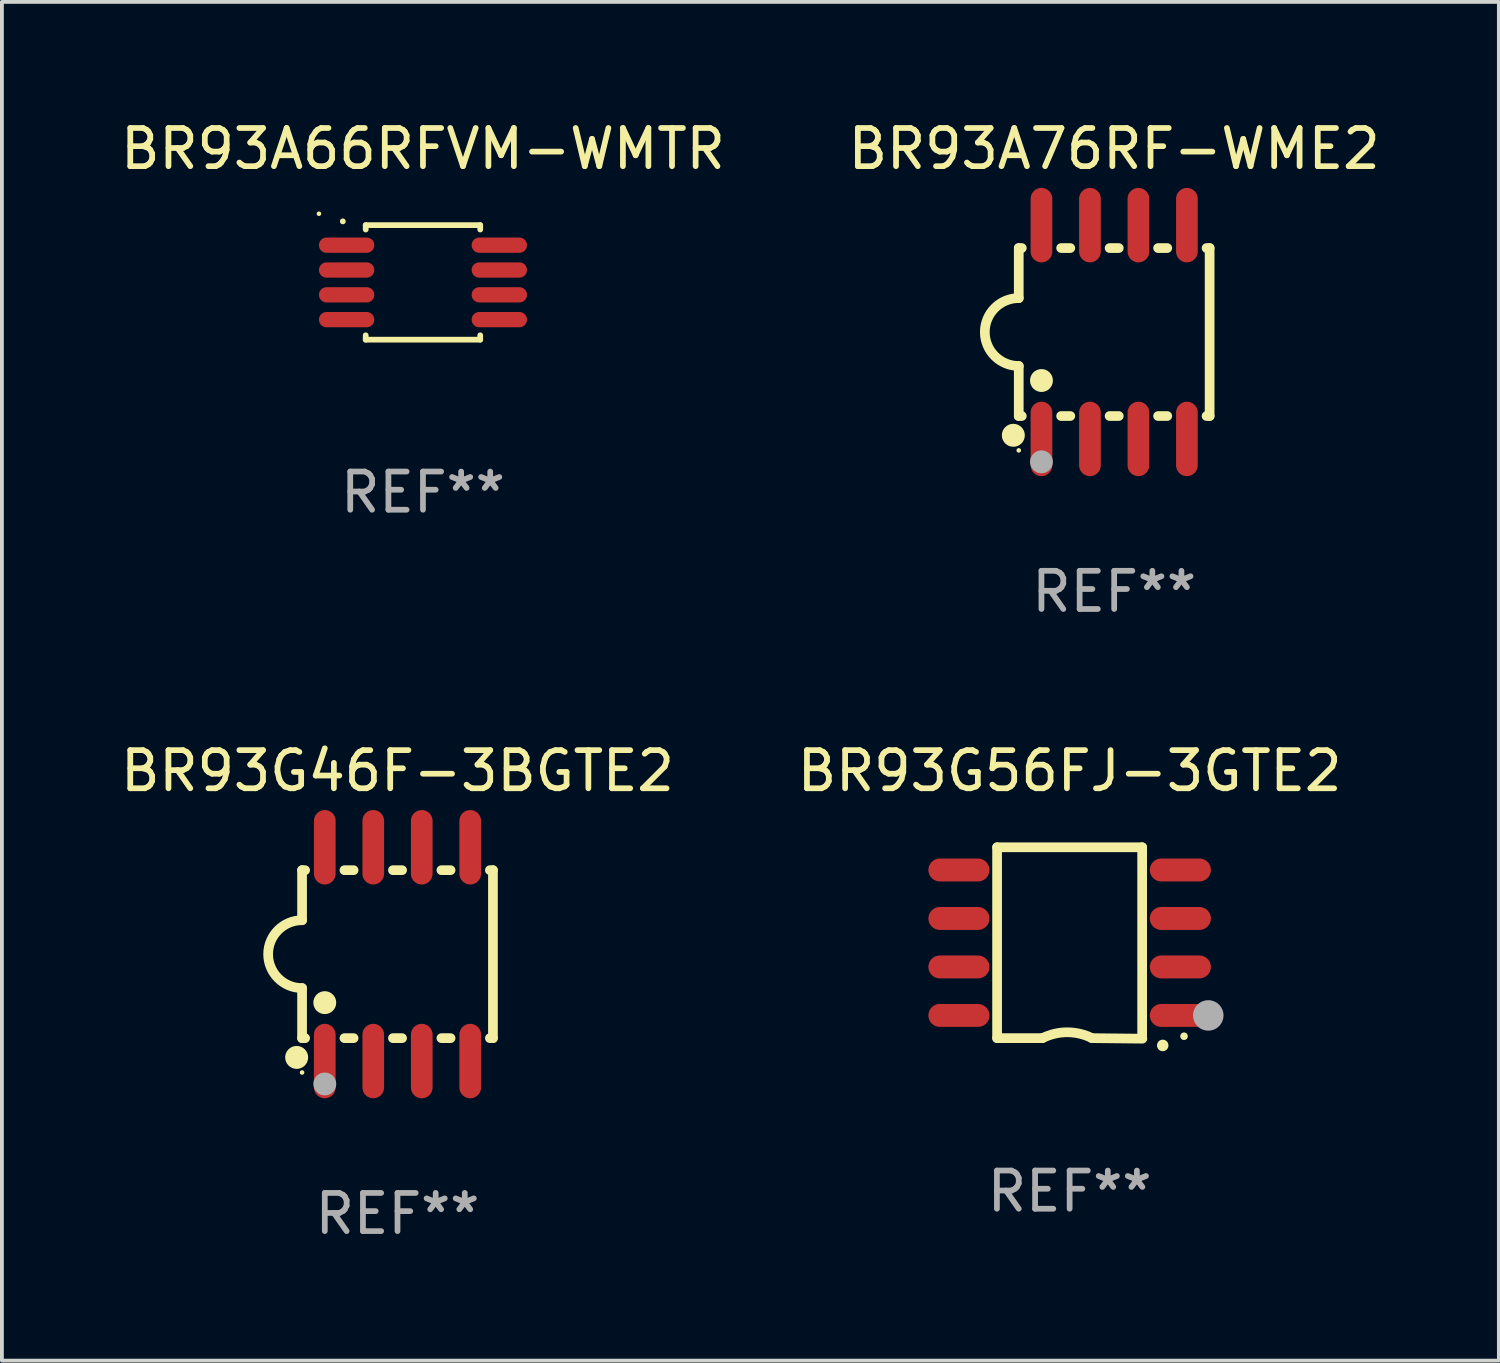
<source format=kicad_pcb>
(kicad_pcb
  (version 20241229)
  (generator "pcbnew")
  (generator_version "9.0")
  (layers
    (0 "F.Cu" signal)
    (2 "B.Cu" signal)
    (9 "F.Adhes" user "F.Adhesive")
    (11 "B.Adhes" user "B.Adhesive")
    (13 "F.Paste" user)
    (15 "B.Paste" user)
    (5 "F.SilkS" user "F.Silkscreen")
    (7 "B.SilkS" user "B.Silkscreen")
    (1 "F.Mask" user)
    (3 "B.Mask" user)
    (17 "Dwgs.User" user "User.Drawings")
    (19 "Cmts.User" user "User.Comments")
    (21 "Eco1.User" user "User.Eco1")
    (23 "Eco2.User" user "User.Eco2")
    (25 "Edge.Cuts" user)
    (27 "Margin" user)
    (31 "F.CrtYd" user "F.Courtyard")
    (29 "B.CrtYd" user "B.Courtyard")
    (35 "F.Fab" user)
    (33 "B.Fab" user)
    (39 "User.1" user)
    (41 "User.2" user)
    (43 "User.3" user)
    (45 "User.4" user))
  (footprint "BR93G46F-3BGTE2"
    (layer "F.Cu")
    (at 7.363 21.945)
    (property "Reference" "BR93G46F-3BGTE2" (at 0 -4.8 0) (layer "F.SilkS") (effects (font (size 1 1) (thickness 0.15))))
    (attr through_hole)
    (fp_line (start -2.5 -2.2) (end -2.5 -0.889) (stroke (width 0.254) (type solid)) (layer "F.SilkS"))
    (fp_line (start -2.5 2.2) (end -2.5 0.889) (stroke (width 0.254) (type solid)) (layer "F.SilkS"))
    (fp_line (start -2.42 -2.2) (end -2.5 -2.2) (stroke (width 0.254) (type solid)) (layer "F.SilkS"))
    (fp_line (start -2.42 2.2) (end -2.5 2.2) (stroke (width 0.254) (type solid)) (layer "F.SilkS"))
    (fp_line (start -1.15 -2.2) (end -1.39 -2.2) (stroke (width 0.254) (type solid)) (layer "F.SilkS"))
    (fp_line (start -1.15 2.2) (end -1.39 2.2) (stroke (width 0.254) (type solid)) (layer "F.SilkS"))
    (fp_line (start 0.12 -2.2) (end -0.12 -2.2) (stroke (width 0.254) (type solid)) (layer "F.SilkS"))
    (fp_line (start 0.12 2.2) (end -0.12 2.2) (stroke (width 0.254) (type solid)) (layer "F.SilkS"))
    (fp_line (start 1.39 -2.2) (end 1.15 -2.2) (stroke (width 0.254) (type solid)) (layer "F.SilkS"))
    (fp_line (start 1.39 2.2) (end 1.15 2.2) (stroke (width 0.254) (type solid)) (layer "F.SilkS"))
    (fp_line (start 2.5 -2.2) (end 2.42 -2.2) (stroke (width 0.254) (type solid)) (layer "F.SilkS"))
    (fp_line (start 2.5 -2.2) (end 2.5 2.2) (stroke (width 0.254) (type solid)) (layer "F.SilkS"))
    (fp_line (start 2.5 2.2) (end 2.42 2.2) (stroke (width 0.254) (type solid)) (layer "F.SilkS"))
    (fp_arc (start -2.5 0.889002) (mid -3.388367 -0.000318) (end -2.499365 -0.889002) (stroke (width 0.254001) (type solid)) (layer "F.SilkS"))
    (fp_circle (center -2.642 2.705) (end -2.491 2.705) (stroke (width 0.3) (type solid)) (fill no) (layer "F.SilkS"))
    (fp_circle (center -2.5 3.1) (end -2.47 3.1) (stroke (width 0.06) (type solid)) (fill no) (layer "F.SilkS"))
    (fp_circle (center -1.905 1.27) (end -1.755 1.27) (stroke (width 0.3) (type solid)) (fill no) (layer "F.SilkS"))
    (fp_circle (center -1.905 3.4) (end -1.755 3.4) (stroke (width 0.3) (type solid)) (fill no) (layer "F.Fab"))
    (fp_text user "REF**" (at 0 6.8 0) (layer "F.Fab") (effects (font (size 1 1) (thickness 0.15))))
    (pad "1" smd oval (at -1.905 2.8) (size 0.568 1.95) (layers "F.Cu" "F.Mask" "F.Paste"))
    (pad "2" smd oval (at -0.635 2.8) (size 0.568 1.95) (layers "F.Cu" "F.Mask" "F.Paste"))
    (pad "3" smd oval (at 0.635 2.8) (size 0.568 1.95) (layers "F.Cu" "F.Mask" "F.Paste"))
    (pad "4" smd oval (at 1.905 2.8) (size 0.568 1.95) (layers "F.Cu" "F.Mask" "F.Paste"))
    (pad "5" smd oval (at 1.905 -2.8) (size 0.568 1.95) (layers "F.Cu" "F.Mask" "F.Paste"))
    (pad "6" smd oval (at 0.635 -2.8) (size 0.568 1.95) (layers "F.Cu" "F.Mask" "F.Paste"))
    (pad "7" smd oval (at -0.635 -2.8) (size 0.568 1.95) (layers "F.Cu" "F.Mask" "F.Paste"))
    (pad "8" smd oval (at -1.905 -2.8) (size 0.568 1.95) (layers "F.Cu" "F.Mask" "F.Paste")))
  (footprint "BR93G56FJ-3GTE2"
    (layer "F.Cu")
    (at 24.97 21.652)
    (property "Reference" "BR93G56FJ-3GTE2" (at 0 -4.507 0) (layer "F.SilkS") (effects (font (size 1 1) (thickness 0.15))))
    (attr through_hole)
    (fp_line (start -1.9 -2.507) (end -1.9 2.493) (stroke (width 0.254) (type solid)) (layer "F.SilkS"))
    (fp_line (start -1.9 2.493) (end -0.711 2.493) (stroke (width 0.254) (type solid)) (layer "F.SilkS"))
    (fp_line (start 1.9 -2.507) (end -1.9 -2.507) (stroke (width 0.254) (type solid)) (layer "F.SilkS"))
    (fp_line (start 1.9 -2.507) (end 1.9 2.493) (stroke (width 0.254) (type solid)) (layer "F.SilkS"))
    (fp_line (start 1.905 2.507) (end 0.584 2.493) (stroke (width 0.254) (type solid)) (layer "F.SilkS"))
    (fp_arc (start -0.711074 2.492697) (mid -0.063447 2.339378) (end 0.584329 2.492063) (stroke (width 0.254001) (type solid)) (layer "F.SilkS"))
    (fp_arc (start 2.438532 2.685103) (mid 2.438527 2.683833) (end 2.438532 2.682563) (stroke (width 0.3) (type solid)) (layer "F.SilkS"))
    (fp_circle (center 2.997 2.443) (end 3.047 2.443) (stroke (width 0.1) (type solid)) (fill no) (layer "F.SilkS"))
    (fp_circle (center 3.632 1.898) (end 3.832 1.898) (stroke (width 0.4) (type solid)) (fill no) (layer "F.Fab"))
    (fp_text user "REF**" (at 0 6.507 0) (layer "F.Fab") (effects (font (size 1 1) (thickness 0.15))))
    (pad "1" smd oval (at 2.9 1.898 270) (size 0.6 1.6) (layers "F.Cu" "F.Mask" "F.Paste"))
    (pad "2" smd oval (at 2.9 0.628 270) (size 0.6 1.6) (layers "F.Cu" "F.Mask" "F.Paste"))
    (pad "3" smd oval (at 2.9 -0.642 270) (size 0.6 1.6) (layers "F.Cu" "F.Mask" "F.Paste"))
    (pad "4" smd oval (at 2.9 -1.912 270) (size 0.6 1.6) (layers "F.Cu" "F.Mask" "F.Paste"))
    (pad "5" smd oval (at -2.9 -1.912 270) (size 0.6 1.6) (layers "F.Cu" "F.Mask" "F.Paste"))
    (pad "6" smd oval (at -2.9 -0.642 270) (size 0.6 1.6) (layers "F.Cu" "F.Mask" "F.Paste"))
    (pad "7" smd oval (at -2.9 0.628 270) (size 0.6 1.6) (layers "F.Cu" "F.Mask" "F.Paste"))
    (pad "8" smd oval (at -2.9 1.898 270) (size 0.6 1.6) (layers "F.Cu" "F.Mask" "F.Paste")))
  (footprint "BR93A66RFVM-WMTR"
    (layer "F.Cu")
    (at 8.03 4.348)
    (property "Reference" "BR93A66RFVM-WMTR" (at 0 -3.5 0) (layer "F.SilkS") (effects (font (size 1 1) (thickness 0.15))))
    (attr through_hole)
    (fp_line (start -1.5 -1.5) (end 1.5 -1.5) (stroke (width 0.15) (type solid)) (layer "F.SilkS"))
    (fp_line (start -1.5 -1.385) (end -1.5 -1.5) (stroke (width 0.15) (type solid)) (layer "F.SilkS"))
    (fp_line (start -1.5 1.5) (end -1.5 1.385) (stroke (width 0.15) (type solid)) (layer "F.SilkS"))
    (fp_line (start 1.5 -1.5) (end 1.5 -1.385) (stroke (width 0.15) (type solid)) (layer "F.SilkS"))
    (fp_line (start 1.5 1.385) (end 1.5 1.5) (stroke (width 0.15) (type solid)) (layer "F.SilkS"))
    (fp_line (start 1.5 1.5) (end -1.5 1.5) (stroke (width 0.15) (type solid)) (layer "F.SilkS"))
    (fp_arc (start -2.099873 -1.59746) (mid -2.099879 -1.59873) (end -2.099873 -1.6) (stroke (width 0.150013) (type solid)) (layer "F.SilkS"))
    (fp_circle (center -2.725 -1.799) (end -2.695 -1.799) (stroke (width 0.06) (type solid)) (fill no) (layer "F.SilkS"))
    (fp_text user "REF**" (at 0 5.5 0) (layer "F.Fab") (effects (font (size 1 1) (thickness 0.15))))
    (pad "1" smd oval (at -2 -0.975 180) (size 1.45 0.4) (layers "F.Cu" "F.Mask" "F.Paste"))
    (pad "2" smd oval (at -2 -0.325 180) (size 1.45 0.4) (layers "F.Cu" "F.Mask" "F.Paste"))
    (pad "3" smd oval (at -2 0.325 180) (size 1.45 0.4) (layers "F.Cu" "F.Mask" "F.Paste"))
    (pad "4" smd oval (at -2 0.975 180) (size 1.45 0.4) (layers "F.Cu" "F.Mask" "F.Paste"))
    (pad "5" smd oval (at 2 0.975 180) (size 1.45 0.4) (layers "F.Cu" "F.Mask" "F.Paste"))
    (pad "6" smd oval (at 2 0.325 180) (size 1.45 0.4) (layers "F.Cu" "F.Mask" "F.Paste"))
    (pad "7" smd oval (at 2 -0.325 180) (size 1.45 0.4) (layers "F.Cu" "F.Mask" "F.Paste"))
    (pad "8" smd oval (at 2 -0.976 180) (size 1.45 0.4) (layers "F.Cu" "F.Mask" "F.Paste")))
  (footprint "BR93A76RF-WME2"
    (layer "F.Cu")
    (at 26.137 5.648)
    (property "Reference" "BR93A76RF-WME2" (at 0 -4.8 0) (layer "F.SilkS") (effects (font (size 1 1) (thickness 0.15))))
    (attr through_hole)
    (fp_line (start -2.5 -2.2) (end -2.5 -0.889) (stroke (width 0.254) (type solid)) (layer "F.SilkS"))
    (fp_line (start -2.5 2.2) (end -2.5 0.889) (stroke (width 0.254) (type solid)) (layer "F.SilkS"))
    (fp_line (start -2.42 -2.2) (end -2.5 -2.2) (stroke (width 0.254) (type solid)) (layer "F.SilkS"))
    (fp_line (start -2.42 2.2) (end -2.5 2.2) (stroke (width 0.254) (type solid)) (layer "F.SilkS"))
    (fp_line (start -1.15 -2.2) (end -1.39 -2.2) (stroke (width 0.254) (type solid)) (layer "F.SilkS"))
    (fp_line (start -1.15 2.2) (end -1.39 2.2) (stroke (width 0.254) (type solid)) (layer "F.SilkS"))
    (fp_line (start 0.12 -2.2) (end -0.12 -2.2) (stroke (width 0.254) (type solid)) (layer "F.SilkS"))
    (fp_line (start 0.12 2.2) (end -0.12 2.2) (stroke (width 0.254) (type solid)) (layer "F.SilkS"))
    (fp_line (start 1.39 -2.2) (end 1.15 -2.2) (stroke (width 0.254) (type solid)) (layer "F.SilkS"))
    (fp_line (start 1.39 2.2) (end 1.15 2.2) (stroke (width 0.254) (type solid)) (layer "F.SilkS"))
    (fp_line (start 2.5 -2.2) (end 2.42 -2.2) (stroke (width 0.254) (type solid)) (layer "F.SilkS"))
    (fp_line (start 2.5 -2.2) (end 2.5 2.2) (stroke (width 0.254) (type solid)) (layer "F.SilkS"))
    (fp_line (start 2.5 2.2) (end 2.42 2.2) (stroke (width 0.254) (type solid)) (layer "F.SilkS"))
    (fp_arc (start -2.5 0.889002) (mid -3.388367 -0.000318) (end -2.499365 -0.889002) (stroke (width 0.254001) (type solid)) (layer "F.SilkS"))
    (fp_circle (center -2.642 2.705) (end -2.491 2.705) (stroke (width 0.3) (type solid)) (fill no) (layer "F.SilkS"))
    (fp_circle (center -2.5 3.1) (end -2.47 3.1) (stroke (width 0.06) (type solid)) (fill no) (layer "F.SilkS"))
    (fp_circle (center -1.905 1.27) (end -1.755 1.27) (stroke (width 0.3) (type solid)) (fill no) (layer "F.SilkS"))
    (fp_circle (center -1.905 3.4) (end -1.755 3.4) (stroke (width 0.3) (type solid)) (fill no) (layer "F.Fab"))
    (fp_text user "REF**" (at 0 6.8 0) (layer "F.Fab") (effects (font (size 1 1) (thickness 0.15))))
    (pad "1" smd oval (at -1.905 2.8) (size 0.568 1.95) (layers "F.Cu" "F.Mask" "F.Paste"))
    (pad "2" smd oval (at -0.635 2.8) (size 0.568 1.95) (layers "F.Cu" "F.Mask" "F.Paste"))
    (pad "3" smd oval (at 0.635 2.8) (size 0.568 1.95) (layers "F.Cu" "F.Mask" "F.Paste"))
    (pad "4" smd oval (at 1.905 2.8) (size 0.568 1.95) (layers "F.Cu" "F.Mask" "F.Paste"))
    (pad "5" smd oval (at 1.905 -2.8) (size 0.568 1.95) (layers "F.Cu" "F.Mask" "F.Paste"))
    (pad "6" smd oval (at 0.635 -2.8) (size 0.568 1.95) (layers "F.Cu" "F.Mask" "F.Paste"))
    (pad "7" smd oval (at -0.635 -2.8) (size 0.568 1.95) (layers "F.Cu" "F.Mask" "F.Paste"))
    (pad "8" smd oval (at -1.905 -2.8) (size 0.568 1.95) (layers "F.Cu" "F.Mask" "F.Paste")))
  (gr_rect
    (start -3 -3)
    (end 36.214 32.593)
    (stroke (width 0.1) (type default))
    (fill no)
    (layer "Edge.Cuts")))
</source>
